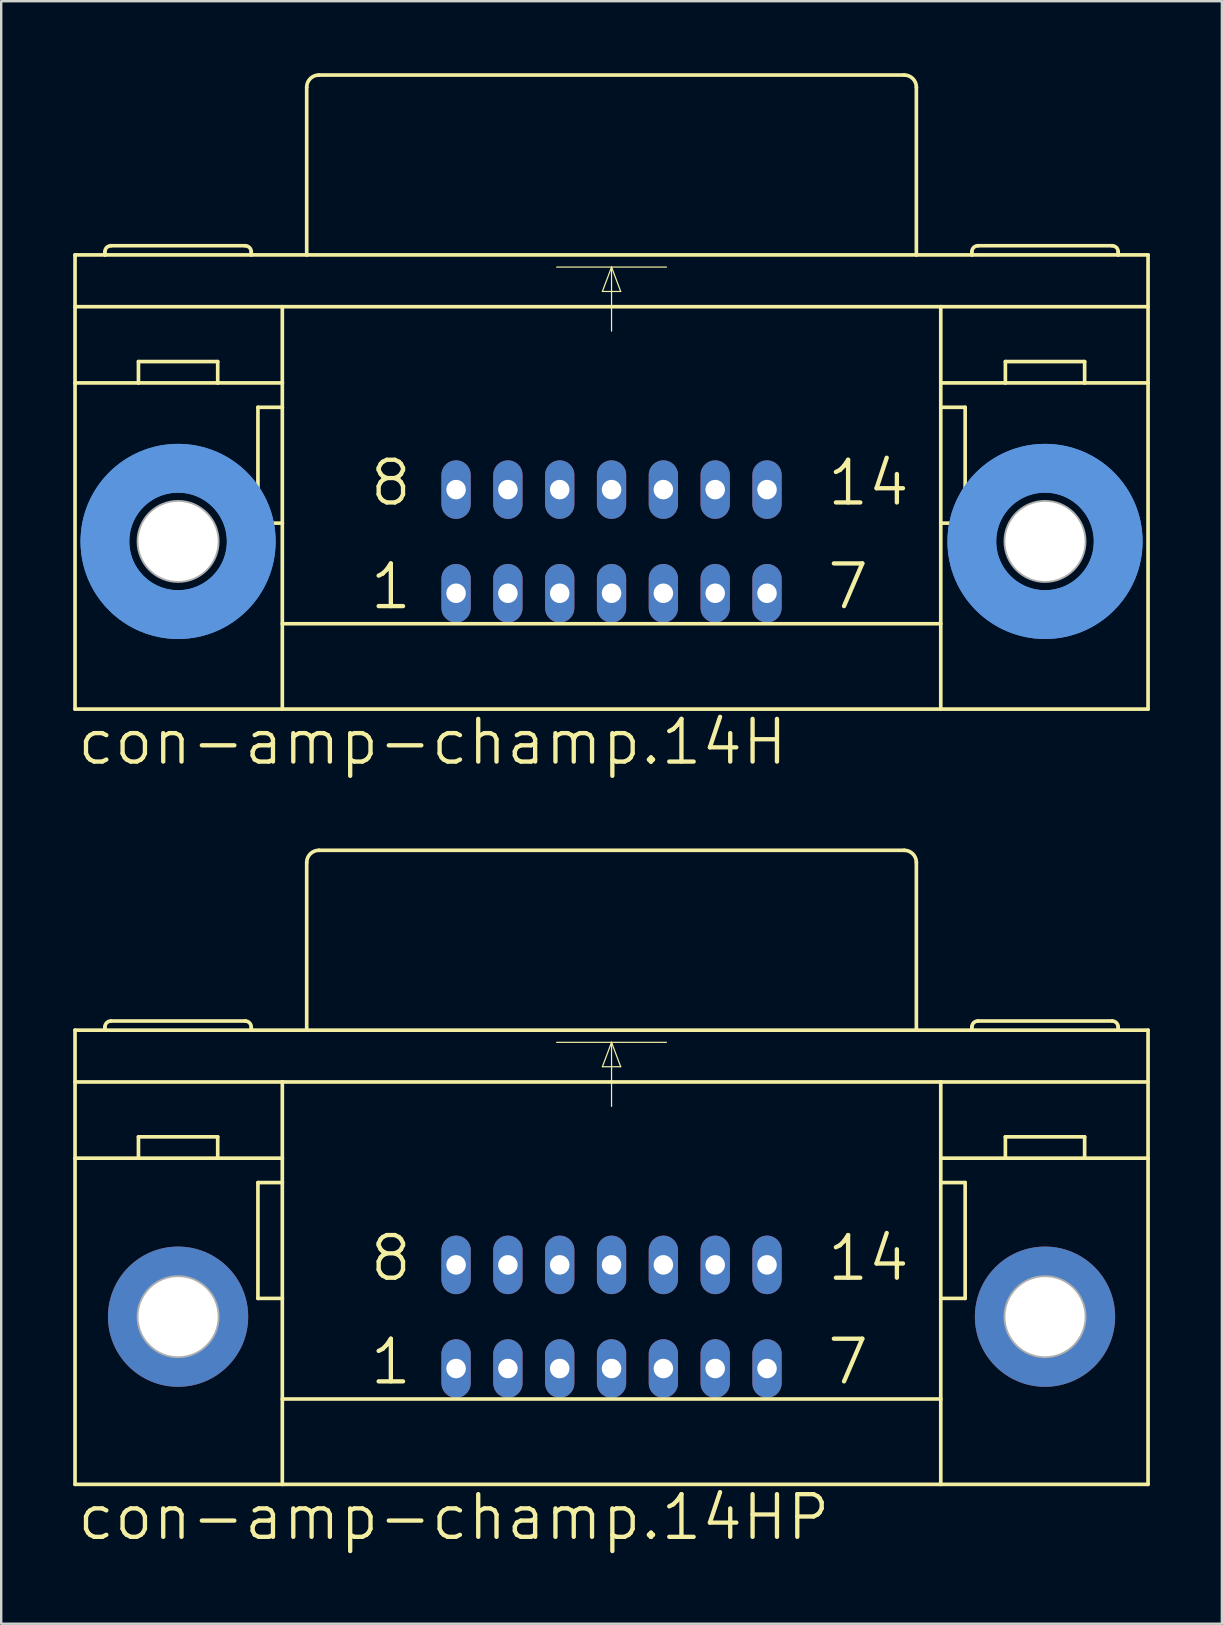
<source format=kicad_pcb>
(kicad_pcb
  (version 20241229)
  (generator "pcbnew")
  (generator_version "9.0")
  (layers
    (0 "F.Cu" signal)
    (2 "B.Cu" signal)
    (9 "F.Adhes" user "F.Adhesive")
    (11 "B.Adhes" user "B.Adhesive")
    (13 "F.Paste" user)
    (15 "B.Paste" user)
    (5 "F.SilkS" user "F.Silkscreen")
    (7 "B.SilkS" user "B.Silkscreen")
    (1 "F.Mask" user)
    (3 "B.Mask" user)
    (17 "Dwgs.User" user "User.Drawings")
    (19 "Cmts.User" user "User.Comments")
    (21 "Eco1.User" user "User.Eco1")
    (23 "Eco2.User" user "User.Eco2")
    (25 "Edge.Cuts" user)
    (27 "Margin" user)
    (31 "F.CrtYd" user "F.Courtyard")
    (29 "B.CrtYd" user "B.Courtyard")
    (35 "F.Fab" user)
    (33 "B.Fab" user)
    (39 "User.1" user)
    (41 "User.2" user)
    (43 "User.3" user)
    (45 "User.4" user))
  (footprint "con-amp-champ.14HP"
    (layer "F.Cu")
    (at 22.428 51.806)
    (property "Reference" "con-amp-champ.14HP" (at -22.352 9.398 0) (layer "F.SilkS") (effects (font (size 1.778 1.778) (thickness 0.18)) (justify left bottom)))
    (attr through_hole)
    (fp_line (start -22.352 -11.938) (end -21.107 -11.938) (stroke (width 0.152) (type default)) (layer "F.SilkS"))
    (fp_line (start -22.352 -9.779) (end -13.716 -9.779) (stroke (width 0.152) (type default)) (layer "F.SilkS"))
    (fp_line (start -22.352 -6.604) (end -22.352 -11.938) (stroke (width 0.152) (type default)) (layer "F.SilkS"))
    (fp_line (start -22.352 6.985) (end -22.352 -6.604) (stroke (width 0.152) (type default)) (layer "F.SilkS"))
    (fp_line (start -22.352 6.985) (end -13.716 6.985) (stroke (width 0.152) (type default)) (layer "F.SilkS"))
    (fp_line (start -21.107 -11.938) (end -21.107 -12.065) (stroke (width 0.152) (type default)) (layer "F.SilkS"))
    (fp_line (start -21.107 -11.938) (end -15.011 -11.938) (stroke (width 0.152) (type default)) (layer "F.SilkS"))
    (fp_line (start -19.71 -6.604) (end -22.352 -6.604) (stroke (width 0.152) (type default)) (layer "F.SilkS"))
    (fp_line (start -19.71 -6.604) (end -19.71 -7.493) (stroke (width 0.152) (type default)) (layer "F.SilkS"))
    (fp_line (start -16.408 -7.493) (end -19.71 -7.493) (stroke (width 0.152) (type default)) (layer "F.SilkS"))
    (fp_line (start -16.408 -6.604) (end -19.71 -6.604) (stroke (width 0.152) (type default)) (layer "F.SilkS"))
    (fp_line (start -16.408 -6.604) (end -16.408 -7.493) (stroke (width 0.152) (type default)) (layer "F.SilkS"))
    (fp_line (start -15.265 -12.319) (end -20.853 -12.319) (stroke (width 0.152) (type default)) (layer "F.SilkS"))
    (fp_line (start -15.011 -11.938) (end -15.011 -12.065) (stroke (width 0.152) (type default)) (layer "F.SilkS"))
    (fp_line (start -15.011 -11.938) (end -12.7 -11.938) (stroke (width 0.152) (type default)) (layer "F.SilkS"))
    (fp_line (start -14.732 -5.588) (end -14.732 -0.762) (stroke (width 0.152) (type default)) (layer "F.SilkS"))
    (fp_line (start -14.732 -0.762) (end -13.716 -0.762) (stroke (width 0.152) (type default)) (layer "F.SilkS"))
    (fp_line (start -13.716 -9.779) (end 13.716 -9.779) (stroke (width 0.152) (type default)) (layer "F.SilkS"))
    (fp_line (start -13.716 -6.604) (end -16.408 -6.604) (stroke (width 0.152) (type default)) (layer "F.SilkS"))
    (fp_line (start -13.716 -6.604) (end -13.716 -9.779) (stroke (width 0.152) (type default)) (layer "F.SilkS"))
    (fp_line (start -13.716 -5.588) (end -14.732 -5.588) (stroke (width 0.152) (type default)) (layer "F.SilkS"))
    (fp_line (start -13.716 -5.588) (end -13.716 -6.604) (stroke (width 0.152) (type default)) (layer "F.SilkS"))
    (fp_line (start -13.716 -0.762) (end -13.716 -5.588) (stroke (width 0.152) (type default)) (layer "F.SilkS"))
    (fp_line (start -13.716 3.429) (end 13.716 3.429) (stroke (width 0.152) (type default)) (layer "F.SilkS"))
    (fp_line (start -13.716 6.985) (end -13.716 -0.762) (stroke (width 0.152) (type default)) (layer "F.SilkS"))
    (fp_line (start -13.716 6.985) (end 13.716 6.985) (stroke (width 0.152) (type default)) (layer "F.SilkS"))
    (fp_line (start -12.7 -11.938) (end -12.7 -18.923) (stroke (width 0.152) (type default)) (layer "F.SilkS"))
    (fp_line (start -12.7 -11.938) (end 12.7 -11.938) (stroke (width 0.152) (type default)) (layer "F.SilkS"))
    (fp_line (start -12.192 -19.431) (end 12.192 -19.431) (stroke (width 0.152) (type default)) (layer "F.SilkS"))
    (fp_line (start -2.286 -11.43) (end 0 -11.43) (stroke (width 0.051) (type default)) (layer "F.SilkS"))
    (fp_line (start -0.381 -10.414) (end 0.381 -10.414) (stroke (width 0.051) (type default)) (layer "F.SilkS"))
    (fp_line (start 0 -11.43) (end -0.381 -10.414) (stroke (width 0.051) (type default)) (layer "F.SilkS"))
    (fp_line (start 0 -11.43) (end 0 -8.763) (stroke (width 0.051) (type default)) (layer "F.SilkS"))
    (fp_line (start 0 -11.43) (end 2.286 -11.43) (stroke (width 0.051) (type default)) (layer "F.SilkS"))
    (fp_line (start 0.381 -10.414) (end 0 -11.43) (stroke (width 0.051) (type default)) (layer "F.SilkS"))
    (fp_line (start 12.7 -11.938) (end 12.7 -18.923) (stroke (width 0.152) (type default)) (layer "F.SilkS"))
    (fp_line (start 12.7 -11.938) (end 15.011 -11.938) (stroke (width 0.152) (type default)) (layer "F.SilkS"))
    (fp_line (start 13.716 -9.779) (end 22.352 -9.779) (stroke (width 0.152) (type default)) (layer "F.SilkS"))
    (fp_line (start 13.716 -6.604) (end 13.716 -9.779) (stroke (width 0.152) (type default)) (layer "F.SilkS"))
    (fp_line (start 13.716 -6.604) (end 16.408 -6.604) (stroke (width 0.152) (type default)) (layer "F.SilkS"))
    (fp_line (start 13.716 -5.588) (end 13.716 -6.604) (stroke (width 0.152) (type default)) (layer "F.SilkS"))
    (fp_line (start 13.716 -5.588) (end 14.732 -5.588) (stroke (width 0.152) (type default)) (layer "F.SilkS"))
    (fp_line (start 13.716 -0.762) (end 13.716 -5.588) (stroke (width 0.152) (type default)) (layer "F.SilkS"))
    (fp_line (start 13.716 6.985) (end 13.716 -0.762) (stroke (width 0.152) (type default)) (layer "F.SilkS"))
    (fp_line (start 13.716 6.985) (end 22.352 6.985) (stroke (width 0.152) (type default)) (layer "F.SilkS"))
    (fp_line (start 14.732 -5.588) (end 14.732 -0.762) (stroke (width 0.152) (type default)) (layer "F.SilkS"))
    (fp_line (start 14.732 -0.762) (end 13.716 -0.762) (stroke (width 0.152) (type default)) (layer "F.SilkS"))
    (fp_line (start 15.011 -11.938) (end 15.011 -12.065) (stroke (width 0.152) (type default)) (layer "F.SilkS"))
    (fp_line (start 15.011 -11.938) (end 21.107 -11.938) (stroke (width 0.152) (type default)) (layer "F.SilkS"))
    (fp_line (start 15.265 -12.319) (end 20.853 -12.319) (stroke (width 0.152) (type default)) (layer "F.SilkS"))
    (fp_line (start 16.408 -7.493) (end 19.71 -7.493) (stroke (width 0.152) (type default)) (layer "F.SilkS"))
    (fp_line (start 16.408 -6.604) (end 16.408 -7.493) (stroke (width 0.152) (type default)) (layer "F.SilkS"))
    (fp_line (start 16.408 -6.604) (end 19.71 -6.604) (stroke (width 0.152) (type default)) (layer "F.SilkS"))
    (fp_line (start 19.71 -6.604) (end 19.71 -7.493) (stroke (width 0.152) (type default)) (layer "F.SilkS"))
    (fp_line (start 19.71 -6.604) (end 22.352 -6.604) (stroke (width 0.152) (type default)) (layer "F.SilkS"))
    (fp_line (start 21.107 -11.938) (end 21.107 -12.065) (stroke (width 0.152) (type default)) (layer "F.SilkS"))
    (fp_line (start 21.107 -11.938) (end 22.352 -11.938) (stroke (width 0.152) (type default)) (layer "F.SilkS"))
    (fp_line (start 22.352 -11.938) (end 22.352 -6.604) (stroke (width 0.152) (type default)) (layer "F.SilkS"))
    (fp_line (start 22.352 -6.604) (end 22.352 6.985) (stroke (width 0.152) (type default)) (layer "F.SilkS"))
    (fp_arc (start -21.1074 -12.065) (mid -21.033005 -12.244605) (end -20.8534 -12.319) (stroke (width 0.1524) (type default)) (layer "F.SilkS"))
    (fp_arc (start -15.2654 -12.319) (mid -15.085795 -12.244605) (end -15.0114 -12.065) (stroke (width 0.1524) (type default)) (layer "F.SilkS"))
    (fp_arc (start -12.7 -18.923) (mid -12.55121 -19.28221) (end -12.192 -19.431) (stroke (width 0.1524) (type default)) (layer "F.SilkS"))
    (fp_arc (start 12.192 -19.431) (mid 12.55121 -19.28221) (end 12.7 -18.923) (stroke (width 0.1524) (type default)) (layer "F.SilkS"))
    (fp_arc (start 15.0114 -12.065) (mid 15.085795 -12.244605) (end 15.2654 -12.319) (stroke (width 0.1524) (type default)) (layer "F.SilkS"))
    (fp_arc (start 20.8534 -12.319) (mid 21.033005 -12.244605) (end 21.1074 -12.065) (stroke (width 0.1524) (type default)) (layer "F.SilkS"))
    (fp_circle (center -18.059 0) (end -16.408 0) (stroke (width 0.152) (type default)) (fill no) (layer "F.Fab"))
    (fp_circle (center 18.059 0) (end 19.71 0) (stroke (width 0.152) (type default)) (fill no) (layer "F.Fab"))
    (fp_text user "1" (at -10.16 2.921 0) (layer "F.SilkS") (effects (font (size 1.778 1.778) (thickness 0.18)) (justify left bottom)))
    (fp_text user "8" (at -10.16 -1.397 0) (layer "F.SilkS") (effects (font (size 1.778 1.778) (thickness 0.18)) (justify left bottom)))
    (fp_text user "14" (at 8.89 -1.397 0) (layer "F.SilkS") (effects (font (size 1.778 1.778) (thickness 0.18)) (justify left bottom)))
    (fp_text user "7" (at 8.89 2.921 0) (layer "F.SilkS") (effects (font (size 1.778 1.778) (thickness 0.18)) (justify left bottom)))
    (pad "1" thru_hole oval (at -6.477 2.159 90) (size 2.438 1.219) (drill 0.813) (layers "*.Cu" "*.Mask"))
    (pad "2" thru_hole oval (at -4.318 2.159 90) (size 2.438 1.219) (drill 0.813) (layers "*.Cu" "*.Mask"))
    (pad "3" thru_hole oval (at -2.159 2.159 90) (size 2.438 1.219) (drill 0.813) (layers "*.Cu" "*.Mask"))
    (pad "4" thru_hole oval (at 0 2.159 90) (size 2.438 1.219) (drill 0.813) (layers "*.Cu" "*.Mask"))
    (pad "5" thru_hole oval (at 2.159 2.159 90) (size 2.438 1.219) (drill 0.813) (layers "*.Cu" "*.Mask"))
    (pad "6" thru_hole oval (at 4.318 2.159 90) (size 2.438 1.219) (drill 0.813) (layers "*.Cu" "*.Mask"))
    (pad "7" thru_hole oval (at 6.477 2.159 90) (size 2.438 1.219) (drill 0.813) (layers "*.Cu" "*.Mask"))
    (pad "8" thru_hole oval (at -6.477 -2.159 90) (size 2.438 1.219) (drill 0.813) (layers "*.Cu" "*.Mask"))
    (pad "9" thru_hole oval (at -4.318 -2.159 90) (size 2.438 1.219) (drill 0.813) (layers "*.Cu" "*.Mask"))
    (pad "10" thru_hole oval (at -2.159 -2.159 90) (size 2.438 1.219) (drill 0.813) (layers "*.Cu" "*.Mask"))
    (pad "11" thru_hole oval (at 0 -2.159 90) (size 2.438 1.219) (drill 0.813) (layers "*.Cu" "*.Mask"))
    (pad "12" thru_hole oval (at 2.159 -2.159 90) (size 2.438 1.219) (drill 0.813) (layers "*.Cu" "*.Mask"))
    (pad "13" thru_hole oval (at 4.318 -2.159 90) (size 2.438 1.219) (drill 0.813) (layers "*.Cu" "*.Mask"))
    (pad "14" thru_hole oval (at 6.477 -2.159 90) (size 2.438 1.219) (drill 0.813) (layers "*.Cu" "*.Mask"))
    (pad "G" thru_hole circle (at -18.059 0) (size 5.842 5.842) (drill 3.302) (layers "*.Cu" "*.Mask"))
    (pad "G1" thru_hole circle (at 18.059 0) (size 5.842 5.842) (drill 3.302) (layers "*.Cu" "*.Mask")))
  (footprint "con-amp-champ.14H"
    (layer "F.Cu")
    (at 22.428 19.507)
    (property "Reference" "con-amp-champ.14H" (at -22.352 9.398 0) (layer "F.SilkS") (effects (font (size 1.778 1.778) (thickness 0.18)) (justify left bottom)))
    (attr through_hole)
    (fp_line (start -22.352 -11.938) (end -21.107 -11.938) (stroke (width 0.152) (type default)) (layer "F.SilkS"))
    (fp_line (start -22.352 -9.779) (end -13.716 -9.779) (stroke (width 0.152) (type default)) (layer "F.SilkS"))
    (fp_line (start -22.352 -6.604) (end -22.352 -11.938) (stroke (width 0.152) (type default)) (layer "F.SilkS"))
    (fp_line (start -22.352 6.985) (end -22.352 -6.604) (stroke (width 0.152) (type default)) (layer "F.SilkS"))
    (fp_line (start -22.352 6.985) (end -13.716 6.985) (stroke (width 0.152) (type default)) (layer "F.SilkS"))
    (fp_line (start -21.107 -11.938) (end -21.107 -12.065) (stroke (width 0.152) (type default)) (layer "F.SilkS"))
    (fp_line (start -21.107 -11.938) (end -15.011 -11.938) (stroke (width 0.152) (type default)) (layer "F.SilkS"))
    (fp_line (start -19.71 -6.604) (end -22.352 -6.604) (stroke (width 0.152) (type default)) (layer "F.SilkS"))
    (fp_line (start -19.71 -6.604) (end -19.71 -7.493) (stroke (width 0.152) (type default)) (layer "F.SilkS"))
    (fp_line (start -16.408 -7.493) (end -19.71 -7.493) (stroke (width 0.152) (type default)) (layer "F.SilkS"))
    (fp_line (start -16.408 -6.604) (end -19.71 -6.604) (stroke (width 0.152) (type default)) (layer "F.SilkS"))
    (fp_line (start -16.408 -6.604) (end -16.408 -7.493) (stroke (width 0.152) (type default)) (layer "F.SilkS"))
    (fp_line (start -15.265 -12.319) (end -20.853 -12.319) (stroke (width 0.152) (type default)) (layer "F.SilkS"))
    (fp_line (start -15.011 -11.938) (end -15.011 -12.065) (stroke (width 0.152) (type default)) (layer "F.SilkS"))
    (fp_line (start -15.011 -11.938) (end -12.7 -11.938) (stroke (width 0.152) (type default)) (layer "F.SilkS"))
    (fp_line (start -14.732 -5.588) (end -14.732 -0.762) (stroke (width 0.152) (type default)) (layer "F.SilkS"))
    (fp_line (start -14.732 -0.762) (end -13.716 -0.762) (stroke (width 0.152) (type default)) (layer "F.SilkS"))
    (fp_line (start -13.716 -9.779) (end 13.716 -9.779) (stroke (width 0.152) (type default)) (layer "F.SilkS"))
    (fp_line (start -13.716 -6.604) (end -16.408 -6.604) (stroke (width 0.152) (type default)) (layer "F.SilkS"))
    (fp_line (start -13.716 -6.604) (end -13.716 -9.779) (stroke (width 0.152) (type default)) (layer "F.SilkS"))
    (fp_line (start -13.716 -5.588) (end -14.732 -5.588) (stroke (width 0.152) (type default)) (layer "F.SilkS"))
    (fp_line (start -13.716 -5.588) (end -13.716 -6.604) (stroke (width 0.152) (type default)) (layer "F.SilkS"))
    (fp_line (start -13.716 -0.762) (end -13.716 -5.588) (stroke (width 0.152) (type default)) (layer "F.SilkS"))
    (fp_line (start -13.716 3.429) (end 13.716 3.429) (stroke (width 0.152) (type default)) (layer "F.SilkS"))
    (fp_line (start -13.716 6.985) (end -13.716 -0.762) (stroke (width 0.152) (type default)) (layer "F.SilkS"))
    (fp_line (start -13.716 6.985) (end 13.716 6.985) (stroke (width 0.152) (type default)) (layer "F.SilkS"))
    (fp_line (start -12.7 -11.938) (end -12.7 -18.923) (stroke (width 0.152) (type default)) (layer "F.SilkS"))
    (fp_line (start -12.7 -11.938) (end 12.7 -11.938) (stroke (width 0.152) (type default)) (layer "F.SilkS"))
    (fp_line (start -12.192 -19.431) (end 12.192 -19.431) (stroke (width 0.152) (type default)) (layer "F.SilkS"))
    (fp_line (start -2.286 -11.43) (end 0 -11.43) (stroke (width 0.051) (type default)) (layer "F.SilkS"))
    (fp_line (start -0.381 -10.414) (end 0.381 -10.414) (stroke (width 0.051) (type default)) (layer "F.SilkS"))
    (fp_line (start 0 -11.43) (end -0.381 -10.414) (stroke (width 0.051) (type default)) (layer "F.SilkS"))
    (fp_line (start 0 -11.43) (end 0 -8.763) (stroke (width 0.051) (type default)) (layer "F.SilkS"))
    (fp_line (start 0 -11.43) (end 2.286 -11.43) (stroke (width 0.051) (type default)) (layer "F.SilkS"))
    (fp_line (start 0.381 -10.414) (end 0 -11.43) (stroke (width 0.051) (type default)) (layer "F.SilkS"))
    (fp_line (start 12.7 -11.938) (end 12.7 -18.923) (stroke (width 0.152) (type default)) (layer "F.SilkS"))
    (fp_line (start 12.7 -11.938) (end 15.011 -11.938) (stroke (width 0.152) (type default)) (layer "F.SilkS"))
    (fp_line (start 13.716 -9.779) (end 22.352 -9.779) (stroke (width 0.152) (type default)) (layer "F.SilkS"))
    (fp_line (start 13.716 -6.604) (end 13.716 -9.779) (stroke (width 0.152) (type default)) (layer "F.SilkS"))
    (fp_line (start 13.716 -6.604) (end 16.408 -6.604) (stroke (width 0.152) (type default)) (layer "F.SilkS"))
    (fp_line (start 13.716 -5.588) (end 13.716 -6.604) (stroke (width 0.152) (type default)) (layer "F.SilkS"))
    (fp_line (start 13.716 -5.588) (end 14.732 -5.588) (stroke (width 0.152) (type default)) (layer "F.SilkS"))
    (fp_line (start 13.716 -0.762) (end 13.716 -5.588) (stroke (width 0.152) (type default)) (layer "F.SilkS"))
    (fp_line (start 13.716 6.985) (end 13.716 -0.762) (stroke (width 0.152) (type default)) (layer "F.SilkS"))
    (fp_line (start 13.716 6.985) (end 22.352 6.985) (stroke (width 0.152) (type default)) (layer "F.SilkS"))
    (fp_line (start 14.732 -5.588) (end 14.732 -0.762) (stroke (width 0.152) (type default)) (layer "F.SilkS"))
    (fp_line (start 14.732 -0.762) (end 13.716 -0.762) (stroke (width 0.152) (type default)) (layer "F.SilkS"))
    (fp_line (start 15.011 -11.938) (end 15.011 -12.065) (stroke (width 0.152) (type default)) (layer "F.SilkS"))
    (fp_line (start 15.011 -11.938) (end 21.107 -11.938) (stroke (width 0.152) (type default)) (layer "F.SilkS"))
    (fp_line (start 15.265 -12.319) (end 20.853 -12.319) (stroke (width 0.152) (type default)) (layer "F.SilkS"))
    (fp_line (start 16.408 -7.493) (end 19.71 -7.493) (stroke (width 0.152) (type default)) (layer "F.SilkS"))
    (fp_line (start 16.408 -6.604) (end 16.408 -7.493) (stroke (width 0.152) (type default)) (layer "F.SilkS"))
    (fp_line (start 16.408 -6.604) (end 19.71 -6.604) (stroke (width 0.152) (type default)) (layer "F.SilkS"))
    (fp_line (start 19.71 -6.604) (end 19.71 -7.493) (stroke (width 0.152) (type default)) (layer "F.SilkS"))
    (fp_line (start 19.71 -6.604) (end 22.352 -6.604) (stroke (width 0.152) (type default)) (layer "F.SilkS"))
    (fp_line (start 21.107 -11.938) (end 21.107 -12.065) (stroke (width 0.152) (type default)) (layer "F.SilkS"))
    (fp_line (start 21.107 -11.938) (end 22.352 -11.938) (stroke (width 0.152) (type default)) (layer "F.SilkS"))
    (fp_line (start 22.352 -11.938) (end 22.352 -6.604) (stroke (width 0.152) (type default)) (layer "F.SilkS"))
    (fp_line (start 22.352 -6.604) (end 22.352 6.985) (stroke (width 0.152) (type default)) (layer "F.SilkS"))
    (fp_arc (start -21.1074 -12.065) (mid -21.033005 -12.244605) (end -20.8534 -12.319) (stroke (width 0.1524) (type default)) (layer "F.SilkS"))
    (fp_arc (start -15.2654 -12.319) (mid -15.085795 -12.244605) (end -15.0114 -12.065) (stroke (width 0.1524) (type default)) (layer "F.SilkS"))
    (fp_arc (start -12.7 -18.923) (mid -12.55121 -19.28221) (end -12.192 -19.431) (stroke (width 0.1524) (type default)) (layer "F.SilkS"))
    (fp_arc (start 12.192 -19.431) (mid 12.55121 -19.28221) (end 12.7 -18.923) (stroke (width 0.1524) (type default)) (layer "F.SilkS"))
    (fp_arc (start 15.0114 -12.065) (mid 15.085795 -12.244605) (end 15.2654 -12.319) (stroke (width 0.1524) (type default)) (layer "F.SilkS"))
    (fp_arc (start 20.8534 -12.319) (mid 21.033005 -12.244605) (end 21.1074 -12.065) (stroke (width 0.1524) (type default)) (layer "F.SilkS"))
    (fp_circle (center -18.059 0) (end -15.011 0) (stroke (width 2.032) (type default)) (fill no) (layer "Cmts.User"))
    (fp_circle (center -18.059 0) (end -15.011 0) (stroke (width 2.032) (type default)) (fill no) (layer "Cmts.User"))
    (fp_circle (center 18.059 0) (end 21.107 0) (stroke (width 2.032) (type default)) (fill no) (layer "Cmts.User"))
    (fp_circle (center 18.059 0) (end 21.107 0) (stroke (width 2.032) (type default)) (fill no) (layer "Cmts.User"))
    (fp_circle (center -18.059 0) (end -16.408 0) (stroke (width 0.152) (type default)) (fill no) (layer "F.Fab"))
    (fp_circle (center 18.059 0) (end 19.71 0) (stroke (width 0.152) (type default)) (fill no) (layer "F.Fab"))
    (fp_text user "8" (at -10.16 -1.397 0) (layer "F.SilkS") (effects (font (size 1.778 1.778) (thickness 0.18)) (justify left bottom)))
    (fp_text user "1" (at -10.16 2.921 0) (layer "F.SilkS") (effects (font (size 1.778 1.778) (thickness 0.18)) (justify left bottom)))
    (fp_text user "7" (at 8.89 2.921 0) (layer "F.SilkS") (effects (font (size 1.778 1.778) (thickness 0.18)) (justify left bottom)))
    (fp_text user "14" (at 8.89 -1.397 0) (layer "F.SilkS") (effects (font (size 1.778 1.778) (thickness 0.18)) (justify left bottom)))
    (pad "" np_thru_hole circle (at -18.059 0) (size 3.302 3.302) (drill 3.302) (layers "*.Cu" "*.Mask"))
    (pad "" np_thru_hole circle (at 18.059 0) (size 3.302 3.302) (drill 3.302) (layers "*.Cu" "*.Mask"))
    (pad "1" thru_hole oval (at -6.477 2.159 90) (size 2.438 1.219) (drill 0.813) (layers "*.Cu" "*.Mask"))
    (pad "2" thru_hole oval (at -4.318 2.159 90) (size 2.438 1.219) (drill 0.813) (layers "*.Cu" "*.Mask"))
    (pad "3" thru_hole oval (at -2.159 2.159 90) (size 2.438 1.219) (drill 0.813) (layers "*.Cu" "*.Mask"))
    (pad "4" thru_hole oval (at 0 2.159 90) (size 2.438 1.219) (drill 0.813) (layers "*.Cu" "*.Mask"))
    (pad "5" thru_hole oval (at 2.159 2.159 90) (size 2.438 1.219) (drill 0.813) (layers "*.Cu" "*.Mask"))
    (pad "6" thru_hole oval (at 4.318 2.159 90) (size 2.438 1.219) (drill 0.813) (layers "*.Cu" "*.Mask"))
    (pad "7" thru_hole oval (at 6.477 2.159 90) (size 2.438 1.219) (drill 0.813) (layers "*.Cu" "*.Mask"))
    (pad "8" thru_hole oval (at -6.477 -2.159 90) (size 2.438 1.219) (drill 0.813) (layers "*.Cu" "*.Mask"))
    (pad "9" thru_hole oval (at -4.318 -2.159 90) (size 2.438 1.219) (drill 0.813) (layers "*.Cu" "*.Mask"))
    (pad "10" thru_hole oval (at -2.159 -2.159 90) (size 2.438 1.219) (drill 0.813) (layers "*.Cu" "*.Mask"))
    (pad "11" thru_hole oval (at 0 -2.159 90) (size 2.438 1.219) (drill 0.813) (layers "*.Cu" "*.Mask"))
    (pad "12" thru_hole oval (at 2.159 -2.159 90) (size 2.438 1.219) (drill 0.813) (layers "*.Cu" "*.Mask"))
    (pad "13" thru_hole oval (at 4.318 -2.159 90) (size 2.438 1.219) (drill 0.813) (layers "*.Cu" "*.Mask"))
    (pad "14" thru_hole oval (at 6.477 -2.159 90) (size 2.438 1.219) (drill 0.813) (layers "*.Cu" "*.Mask")))
  (gr_rect
    (start -3 -3)
    (end 47.856 64.599)
    (stroke (width 0.1) (type default))
    (fill no)
    (layer "Edge.Cuts")))
</source>
